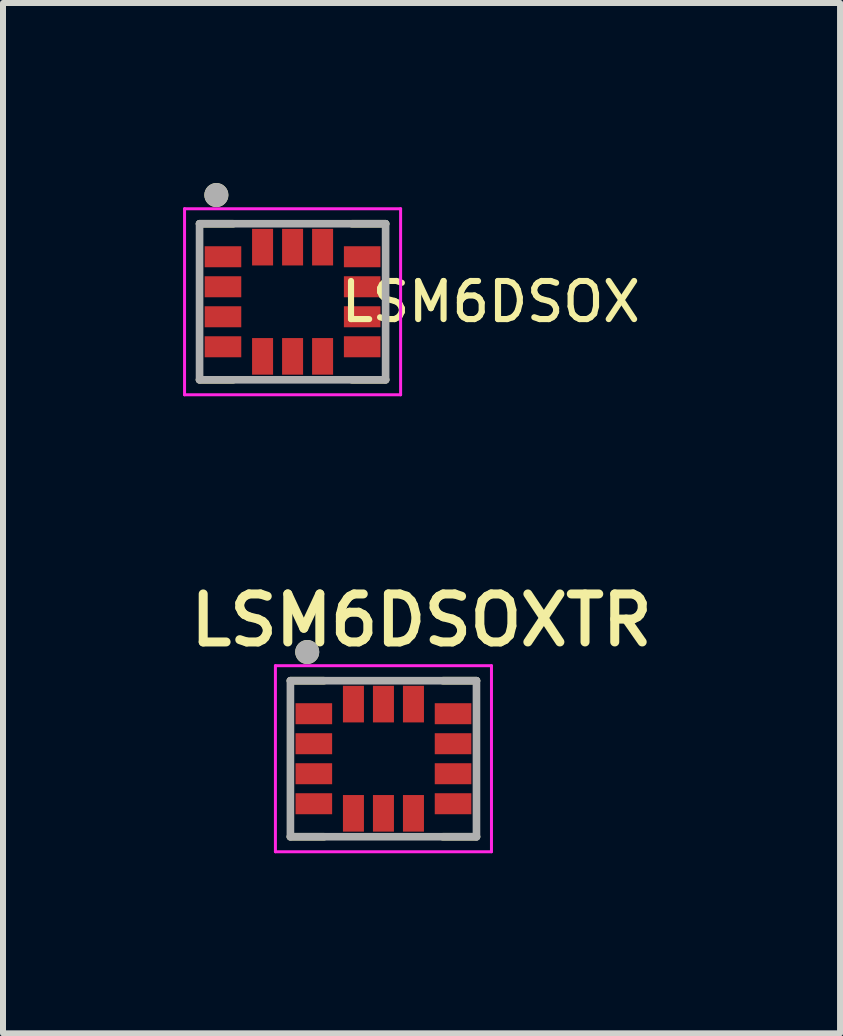
<source format=kicad_pcb>
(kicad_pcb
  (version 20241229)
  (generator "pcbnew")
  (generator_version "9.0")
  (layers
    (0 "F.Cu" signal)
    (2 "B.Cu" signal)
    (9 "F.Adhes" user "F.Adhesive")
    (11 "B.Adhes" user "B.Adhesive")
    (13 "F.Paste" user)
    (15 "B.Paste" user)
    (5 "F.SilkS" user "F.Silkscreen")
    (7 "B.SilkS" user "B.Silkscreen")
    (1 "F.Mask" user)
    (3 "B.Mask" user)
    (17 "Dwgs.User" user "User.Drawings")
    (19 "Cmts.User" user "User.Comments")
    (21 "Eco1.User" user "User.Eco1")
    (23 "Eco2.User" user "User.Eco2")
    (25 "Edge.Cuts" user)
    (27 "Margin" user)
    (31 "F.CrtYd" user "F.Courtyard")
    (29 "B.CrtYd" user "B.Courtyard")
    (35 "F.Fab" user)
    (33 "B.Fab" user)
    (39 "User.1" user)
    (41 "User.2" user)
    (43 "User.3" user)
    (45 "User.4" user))
  (footprint "LSM6DSOX"
    (layer "F.Cu")
    (at 1.825 1.978)
    (property "Reference" "LSM6DSOX" (at 3.302 0 0) (layer "F.SilkS") (effects (font (size 0.635 0.635) (thickness 0.102))))
    (attr through_hole)
    (fp_poly (pts (xy -1.515 -0.975) (xy -0.805 -0.975) (xy -0.805 -0.525) (xy -1.515 -0.525)) (stroke (width 0) (type solid)) (fill yes) (layer "F.Mask"))
    (fp_poly (pts (xy -1.515 -0.475) (xy -0.805 -0.475) (xy -0.805 -0.025) (xy -1.515 -0.025)) (stroke (width 0) (type solid)) (fill yes) (layer "F.Mask"))
    (fp_poly (pts (xy -1.515 0.025) (xy -0.805 0.025) (xy -0.805 0.475) (xy -1.515 0.475)) (stroke (width 0) (type solid)) (fill yes) (layer "F.Mask"))
    (fp_poly (pts (xy -1.515 0.525) (xy -0.805 0.525) (xy -0.805 0.975) (xy -1.515 0.975)) (stroke (width 0) (type solid)) (fill yes) (layer "F.Mask"))
    (fp_poly (pts (xy -0.725 -0.56) (xy -0.725 -1.27) (xy -0.275 -1.27) (xy -0.275 -0.56)) (stroke (width 0) (type solid)) (fill yes) (layer "F.Mask"))
    (fp_poly (pts (xy -0.275 0.56) (xy -0.275 1.27) (xy -0.725 1.27) (xy -0.725 0.56)) (stroke (width 0) (type solid)) (fill yes) (layer "F.Mask"))
    (fp_poly (pts (xy -0.225 1.27) (xy -0.225 0.56) (xy 0.225 0.56) (xy 0.225 1.27)) (stroke (width 0) (type solid)) (fill yes) (layer "F.Mask"))
    (fp_poly (pts (xy -0.225 -0.56) (xy -0.225 -1.27) (xy 0.225 -1.27) (xy 0.225 -0.56)) (stroke (width 0) (type solid)) (fill yes) (layer "F.Mask"))
    (fp_poly (pts (xy 0.275 -0.56) (xy 0.275 -1.27) (xy 0.725 -1.27) (xy 0.725 -0.56)) (stroke (width 0) (type solid)) (fill yes) (layer "F.Mask"))
    (fp_poly (pts (xy 0.275 1.27) (xy 0.275 0.56) (xy 0.725 0.56) (xy 0.725 1.27)) (stroke (width 0) (type solid)) (fill yes) (layer "F.Mask"))
    (fp_poly (pts (xy 0.805 -0.975) (xy 1.515 -0.975) (xy 1.515 -0.525) (xy 0.805 -0.525)) (stroke (width 0) (type solid)) (fill yes) (layer "F.Mask"))
    (fp_poly (pts (xy 0.805 -0.475) (xy 1.515 -0.475) (xy 1.515 -0.025) (xy 0.805 -0.025)) (stroke (width 0) (type solid)) (fill yes) (layer "F.Mask"))
    (fp_poly (pts (xy 0.805 0.025) (xy 1.515 0.025) (xy 1.515 0.475) (xy 0.805 0.475)) (stroke (width 0) (type solid)) (fill yes) (layer "F.Mask"))
    (fp_poly (pts (xy 0.805 0.525) (xy 1.515 0.525) (xy 1.515 0.975) (xy 0.805 0.975)) (stroke (width 0) (type solid)) (fill yes) (layer "F.Mask"))
    (fp_line (start -1.55 1.3) (end -0.99 1.3) (stroke (width 0.127) (type solid)) (layer "F.SilkS"))
    (fp_line (start -0.99 -1.3) (end -1.55 -1.3) (stroke (width 0.127) (type solid)) (layer "F.SilkS"))
    (fp_line (start 0.99 -1.3) (end 1.55 -1.3) (stroke (width 0.127) (type solid)) (layer "F.SilkS"))
    (fp_line (start 0.99 1.3) (end 1.55 1.3) (stroke (width 0.127) (type solid)) (layer "F.SilkS"))
    (fp_circle (center -1.27 -1.778) (end -1.17 -1.778) (stroke (width 0.2) (type solid)) (fill no) (layer "F.SilkS"))
    (fp_line (start -1.8 -1.55) (end 1.8 -1.55) (stroke (width 0.05) (type solid)) (layer "F.CrtYd"))
    (fp_line (start -1.8 1.55) (end -1.8 -1.55) (stroke (width 0.05) (type solid)) (layer "F.CrtYd"))
    (fp_line (start 1.8 -1.55) (end 1.8 1.55) (stroke (width 0.05) (type solid)) (layer "F.CrtYd"))
    (fp_line (start 1.8 1.55) (end -1.8 1.55) (stroke (width 0.05) (type solid)) (layer "F.CrtYd"))
    (fp_line (start -1.55 -1.3) (end 1.55 -1.3) (stroke (width 0.127) (type solid)) (layer "F.Fab"))
    (fp_line (start -1.55 1.3) (end -1.55 -1.3) (stroke (width 0.127) (type solid)) (layer "F.Fab"))
    (fp_line (start 1.55 -1.3) (end 1.55 1.3) (stroke (width 0.127) (type solid)) (layer "F.Fab"))
    (fp_line (start 1.55 1.3) (end -1.55 1.3) (stroke (width 0.127) (type solid)) (layer "F.Fab"))
    (fp_circle (center -1.27 -1.778) (end -1.17 -1.778) (stroke (width 0.2) (type solid)) (fill no) (layer "F.Fab"))
    (pad "1" smd rect (at -1.16 -0.75) (size 0.61 0.35) (layers "F.Cu" "F.Paste"))
    (pad "2" smd rect (at -1.16 -0.25) (size 0.61 0.35) (layers "F.Cu" "F.Paste"))
    (pad "3" smd rect (at -1.16 0.25) (size 0.61 0.35) (layers "F.Cu" "F.Paste"))
    (pad "4" smd rect (at -1.16 0.75) (size 0.61 0.35) (layers "F.Cu" "F.Paste"))
    (pad "5" smd rect (at -0.5 0.91 90) (size 0.61 0.35) (layers "F.Cu" "F.Paste"))
    (pad "6" smd rect (at 0 0.91 90) (size 0.61 0.35) (layers "F.Cu" "F.Paste"))
    (pad "7" smd rect (at 0.5 0.91 90) (size 0.61 0.35) (layers "F.Cu" "F.Paste"))
    (pad "8" smd rect (at 1.16 0.75 180) (size 0.61 0.35) (layers "F.Cu" "F.Paste"))
    (pad "9" smd rect (at 1.16 0.25 180) (size 0.61 0.35) (layers "F.Cu" "F.Paste"))
    (pad "10" smd rect (at 1.16 -0.25 180) (size 0.61 0.35) (layers "F.Cu" "F.Paste"))
    (pad "11" smd rect (at 1.16 -0.75 180) (size 0.61 0.35) (layers "F.Cu" "F.Paste"))
    (pad "12" smd rect (at 0.5 -0.91 270) (size 0.61 0.35) (layers "F.Cu" "F.Paste"))
    (pad "13" smd rect (at 0 -0.91 270) (size 0.61 0.35) (layers "F.Cu" "F.Paste"))
    (pad "14" smd rect (at -0.5 -0.91 270) (size 0.61 0.35) (layers "F.Cu" "F.Paste")))
  (footprint "LSM6DSOXTR"
    (layer "F.Cu")
    (at 3.339 9.592)
    (property "Reference" "LSM6DSOXTR" (at 0.635 -2.308 0) (layer "F.SilkS") (effects (font (size 0.8 0.8) (thickness 0.15))))
    (attr through_hole)
    (fp_poly (pts (xy -1.515 -0.975) (xy -0.805 -0.975) (xy -0.805 -0.525) (xy -1.515 -0.525)) (stroke (width 0) (type solid)) (fill yes) (layer "F.Mask"))
    (fp_poly (pts (xy -1.515 -0.475) (xy -0.805 -0.475) (xy -0.805 -0.025) (xy -1.515 -0.025)) (stroke (width 0) (type solid)) (fill yes) (layer "F.Mask"))
    (fp_poly (pts (xy -1.515 0.025) (xy -0.805 0.025) (xy -0.805 0.475) (xy -1.515 0.475)) (stroke (width 0) (type solid)) (fill yes) (layer "F.Mask"))
    (fp_poly (pts (xy -1.515 0.525) (xy -0.805 0.525) (xy -0.805 0.975) (xy -1.515 0.975)) (stroke (width 0) (type solid)) (fill yes) (layer "F.Mask"))
    (fp_poly (pts (xy -0.725 -0.56) (xy -0.725 -1.27) (xy -0.275 -1.27) (xy -0.275 -0.56)) (stroke (width 0) (type solid)) (fill yes) (layer "F.Mask"))
    (fp_poly (pts (xy -0.275 0.56) (xy -0.275 1.27) (xy -0.725 1.27) (xy -0.725 0.56)) (stroke (width 0) (type solid)) (fill yes) (layer "F.Mask"))
    (fp_poly (pts (xy -0.225 1.27) (xy -0.225 0.56) (xy 0.225 0.56) (xy 0.225 1.27)) (stroke (width 0) (type solid)) (fill yes) (layer "F.Mask"))
    (fp_poly (pts (xy -0.225 -0.56) (xy -0.225 -1.27) (xy 0.225 -1.27) (xy 0.225 -0.56)) (stroke (width 0) (type solid)) (fill yes) (layer "F.Mask"))
    (fp_poly (pts (xy 0.275 -0.56) (xy 0.275 -1.27) (xy 0.725 -1.27) (xy 0.725 -0.56)) (stroke (width 0) (type solid)) (fill yes) (layer "F.Mask"))
    (fp_poly (pts (xy 0.275 1.27) (xy 0.275 0.56) (xy 0.725 0.56) (xy 0.725 1.27)) (stroke (width 0) (type solid)) (fill yes) (layer "F.Mask"))
    (fp_poly (pts (xy 0.805 -0.975) (xy 1.515 -0.975) (xy 1.515 -0.525) (xy 0.805 -0.525)) (stroke (width 0) (type solid)) (fill yes) (layer "F.Mask"))
    (fp_poly (pts (xy 0.805 -0.475) (xy 1.515 -0.475) (xy 1.515 -0.025) (xy 0.805 -0.025)) (stroke (width 0) (type solid)) (fill yes) (layer "F.Mask"))
    (fp_poly (pts (xy 0.805 0.025) (xy 1.515 0.025) (xy 1.515 0.475) (xy 0.805 0.475)) (stroke (width 0) (type solid)) (fill yes) (layer "F.Mask"))
    (fp_poly (pts (xy 0.805 0.525) (xy 1.515 0.525) (xy 1.515 0.975) (xy 0.805 0.975)) (stroke (width 0) (type solid)) (fill yes) (layer "F.Mask"))
    (fp_line (start -1.55 1.3) (end -0.99 1.3) (stroke (width 0.127) (type solid)) (layer "F.SilkS"))
    (fp_line (start -0.99 -1.3) (end -1.55 -1.3) (stroke (width 0.127) (type solid)) (layer "F.SilkS"))
    (fp_line (start 0.99 -1.3) (end 1.55 -1.3) (stroke (width 0.127) (type solid)) (layer "F.SilkS"))
    (fp_line (start 0.99 1.3) (end 1.55 1.3) (stroke (width 0.127) (type solid)) (layer "F.SilkS"))
    (fp_circle (center -1.27 -1.778) (end -1.17 -1.778) (stroke (width 0.2) (type solid)) (fill no) (layer "F.SilkS"))
    (fp_line (start -1.8 -1.55) (end 1.8 -1.55) (stroke (width 0.05) (type solid)) (layer "F.CrtYd"))
    (fp_line (start -1.8 1.55) (end -1.8 -1.55) (stroke (width 0.05) (type solid)) (layer "F.CrtYd"))
    (fp_line (start 1.8 -1.55) (end 1.8 1.55) (stroke (width 0.05) (type solid)) (layer "F.CrtYd"))
    (fp_line (start 1.8 1.55) (end -1.8 1.55) (stroke (width 0.05) (type solid)) (layer "F.CrtYd"))
    (fp_line (start -1.55 -1.3) (end 1.55 -1.3) (stroke (width 0.127) (type solid)) (layer "F.Fab"))
    (fp_line (start -1.55 1.3) (end -1.55 -1.3) (stroke (width 0.127) (type solid)) (layer "F.Fab"))
    (fp_line (start 1.55 -1.3) (end 1.55 1.3) (stroke (width 0.127) (type solid)) (layer "F.Fab"))
    (fp_line (start 1.55 1.3) (end -1.55 1.3) (stroke (width 0.127) (type solid)) (layer "F.Fab"))
    (fp_circle (center -1.27 -1.778) (end -1.17 -1.778) (stroke (width 0.2) (type solid)) (fill no) (layer "F.Fab"))
    (pad "1" smd rect (at -1.16 -0.75) (size 0.61 0.35) (layers "F.Cu" "F.Paste"))
    (pad "2" smd rect (at -1.16 -0.25) (size 0.61 0.35) (layers "F.Cu" "F.Paste"))
    (pad "3" smd rect (at -1.16 0.25) (size 0.61 0.35) (layers "F.Cu" "F.Paste"))
    (pad "4" smd rect (at -1.16 0.75) (size 0.61 0.35) (layers "F.Cu" "F.Paste"))
    (pad "5" smd rect (at -0.5 0.91 90) (size 0.61 0.35) (layers "F.Cu" "F.Paste"))
    (pad "6" smd rect (at 0 0.91 90) (size 0.61 0.35) (layers "F.Cu" "F.Paste"))
    (pad "7" smd rect (at 0.5 0.91 90) (size 0.61 0.35) (layers "F.Cu" "F.Paste"))
    (pad "8" smd rect (at 1.16 0.75 180) (size 0.61 0.35) (layers "F.Cu" "F.Paste"))
    (pad "9" smd rect (at 1.16 0.25 180) (size 0.61 0.35) (layers "F.Cu" "F.Paste"))
    (pad "10" smd rect (at 1.16 -0.25 180) (size 0.61 0.35) (layers "F.Cu" "F.Paste"))
    (pad "11" smd rect (at 1.16 -0.75 180) (size 0.61 0.35) (layers "F.Cu" "F.Paste"))
    (pad "12" smd rect (at 0.5 -0.91 270) (size 0.61 0.35) (layers "F.Cu" "F.Paste"))
    (pad "13" smd rect (at 0 -0.91 270) (size 0.61 0.35) (layers "F.Cu" "F.Paste"))
    (pad "14" smd rect (at -0.5 -0.91 270) (size 0.61 0.35) (layers "F.Cu" "F.Paste")))
  (gr_rect
    (start -3 -3)
    (end 10.947 14.167)
    (stroke (width 0.1) (type default))
    (fill no)
    (layer "Edge.Cuts")))
</source>
